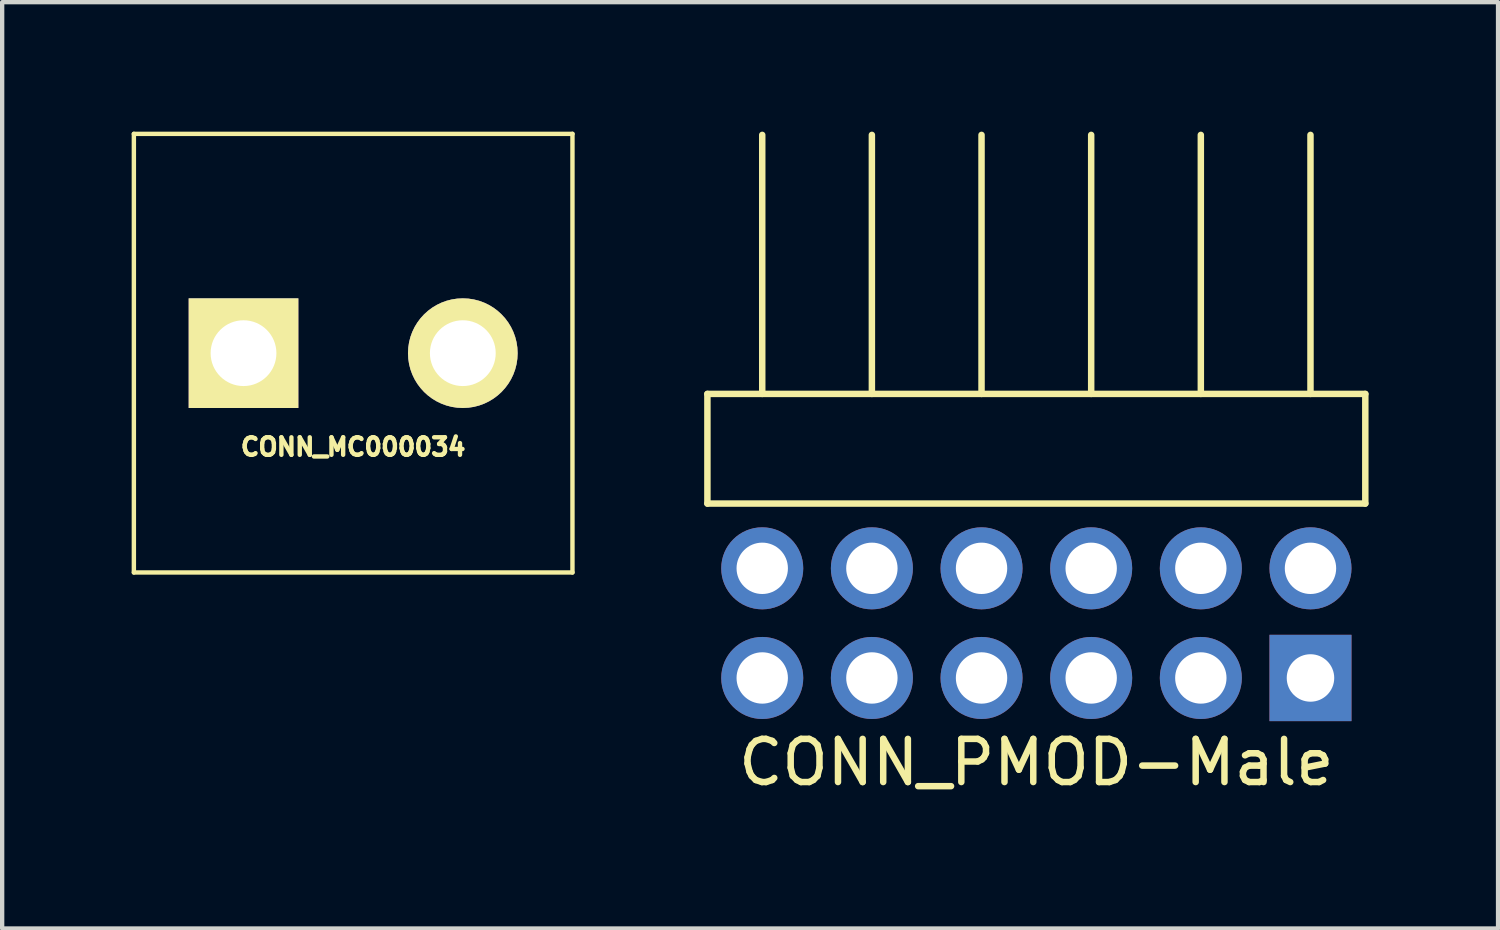
<source format=kicad_pcb>
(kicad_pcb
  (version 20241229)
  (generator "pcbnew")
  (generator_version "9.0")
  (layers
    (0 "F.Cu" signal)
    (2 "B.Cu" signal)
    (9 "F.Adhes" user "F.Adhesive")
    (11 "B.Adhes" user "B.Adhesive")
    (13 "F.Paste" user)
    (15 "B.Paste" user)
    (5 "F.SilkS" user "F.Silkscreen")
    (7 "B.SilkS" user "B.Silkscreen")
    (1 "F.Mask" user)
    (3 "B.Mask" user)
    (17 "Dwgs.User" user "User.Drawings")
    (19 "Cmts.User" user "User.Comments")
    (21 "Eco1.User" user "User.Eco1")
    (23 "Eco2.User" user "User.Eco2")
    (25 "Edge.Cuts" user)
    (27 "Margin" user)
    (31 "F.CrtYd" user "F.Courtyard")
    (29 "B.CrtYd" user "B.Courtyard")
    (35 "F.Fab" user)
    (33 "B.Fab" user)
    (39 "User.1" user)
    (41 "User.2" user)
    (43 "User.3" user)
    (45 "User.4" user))
  (footprint "CONN_PMOD-Male"
    (layer "F.Cu")
    (at 20.957 10.115)
    (property "Reference" "CONN_PMOD-Male" (at 0 4.496 0) (layer "F.SilkS") (effects (font (size 1 1) (thickness 0.15))))
    (attr through_hole)
    (fp_line (start -7.62 -1.5) (end -7.62 -4.04) (stroke (width 0.15) (type solid)) (layer "F.SilkS"))
    (fp_line (start -7.62 -1.5) (end 7.62 -1.5) (stroke (width 0.15) (type solid)) (layer "F.SilkS"))
    (fp_line (start -6.35 -10.04) (end -6.35 -4.04) (stroke (width 0.15) (type solid)) (layer "F.SilkS"))
    (fp_line (start -3.81 -10.04) (end -3.81 -4.04) (stroke (width 0.15) (type solid)) (layer "F.SilkS"))
    (fp_line (start -1.27 -10.04) (end -1.27 -4.04) (stroke (width 0.15) (type solid)) (layer "F.SilkS"))
    (fp_line (start 1.27 -10.04) (end 1.27 -4.04) (stroke (width 0.15) (type solid)) (layer "F.SilkS"))
    (fp_line (start 3.81 -10.04) (end 3.81 -4.04) (stroke (width 0.15) (type solid)) (layer "F.SilkS"))
    (fp_line (start 6.35 -10.04) (end 6.35 -4.04) (stroke (width 0.15) (type solid)) (layer "F.SilkS"))
    (fp_line (start 7.62 -4.04) (end -7.62 -4.04) (stroke (width 0.15) (type solid)) (layer "F.SilkS"))
    (fp_line (start 7.62 -1.5) (end 7.62 -4.04) (stroke (width 0.15) (type solid)) (layer "F.SilkS"))
    (pad "1" thru_hole rect (at 6.35 2.54) (size 1.9 2) (drill 1.1) (layers "*.Cu" "*.Mask"))
    (pad "2" thru_hole circle (at 3.81 2.54) (size 1.9 1.9) (drill 1.19) (layers "*.Cu" "*.Mask"))
    (pad "3" thru_hole circle (at 1.27 2.54) (size 1.9 1.9) (drill 1.19) (layers "*.Cu" "*.Mask"))
    (pad "4" thru_hole circle (at -1.27 2.54) (size 1.9 1.9) (drill 1.19) (layers "*.Cu" "*.Mask"))
    (pad "5" thru_hole circle (at -3.81 2.54) (size 1.9 1.9) (drill 1.19) (layers "*.Cu" "*.Mask"))
    (pad "6" thru_hole circle (at -6.35 2.54) (size 1.9 1.9) (drill 1.19) (layers "*.Cu" "*.Mask"))
    (pad "7" thru_hole circle (at 6.35 0) (size 1.9 1.9) (drill 1.19) (layers "*.Cu" "*.Mask"))
    (pad "8" thru_hole circle (at 3.81 0) (size 1.9 1.9) (drill 1.19) (layers "*.Cu" "*.Mask"))
    (pad "9" thru_hole circle (at 1.27 0) (size 1.9 1.9) (drill 1.19) (layers "*.Cu" "*.Mask"))
    (pad "10" thru_hole circle (at -1.27 0) (size 1.9 1.9) (drill 1.19) (layers "*.Cu" "*.Mask"))
    (pad "11" thru_hole circle (at -3.81 0) (size 1.9 1.9) (drill 1.19) (layers "*.Cu" "*.Mask"))
    (pad "12" thru_hole circle (at -6.35 0) (size 1.9 1.9) (drill 1.19) (layers "*.Cu" "*.Mask")))
  (footprint "CONN_MC000034"
    (layer "F.Cu")
    (at 5.131 5.131)
    (property "Reference" "CONN_MC000034" (at 0 2.172 0) (layer "F.SilkS") (effects (font (size 0.406 0.406) (thickness 0.102))))
    (attr through_hole)
    (fp_line (start -5.08 -5.08) (end -5.08 5.08) (stroke (width 0.102) (type solid)) (layer "F.SilkS"))
    (fp_line (start -5.08 5.08) (end 5.08 5.08) (stroke (width 0.102) (type solid)) (layer "F.SilkS"))
    (fp_line (start 5.08 -5.08) (end -5.08 -5.08) (stroke (width 0.102) (type solid)) (layer "F.SilkS"))
    (fp_line (start 5.08 5.08) (end 5.08 -5.08) (stroke (width 0.102) (type solid)) (layer "F.SilkS"))
    (pad "1" thru_hole rect (at -2.54 0) (size 2.54 2.54) (drill 1.524) (layers "*.Cu" "*.Mask" "F.SilkS"))
    (pad "2" thru_hole circle (at 2.54 0) (size 2.54 2.54) (drill 1.524) (layers "*.Cu" "*.Mask" "F.SilkS")))
  (gr_rect
    (start -3 -3)
    (end 31.652 18.459)
    (stroke (width 0.1) (type default))
    (fill no)
    (layer "Edge.Cuts")))
</source>
